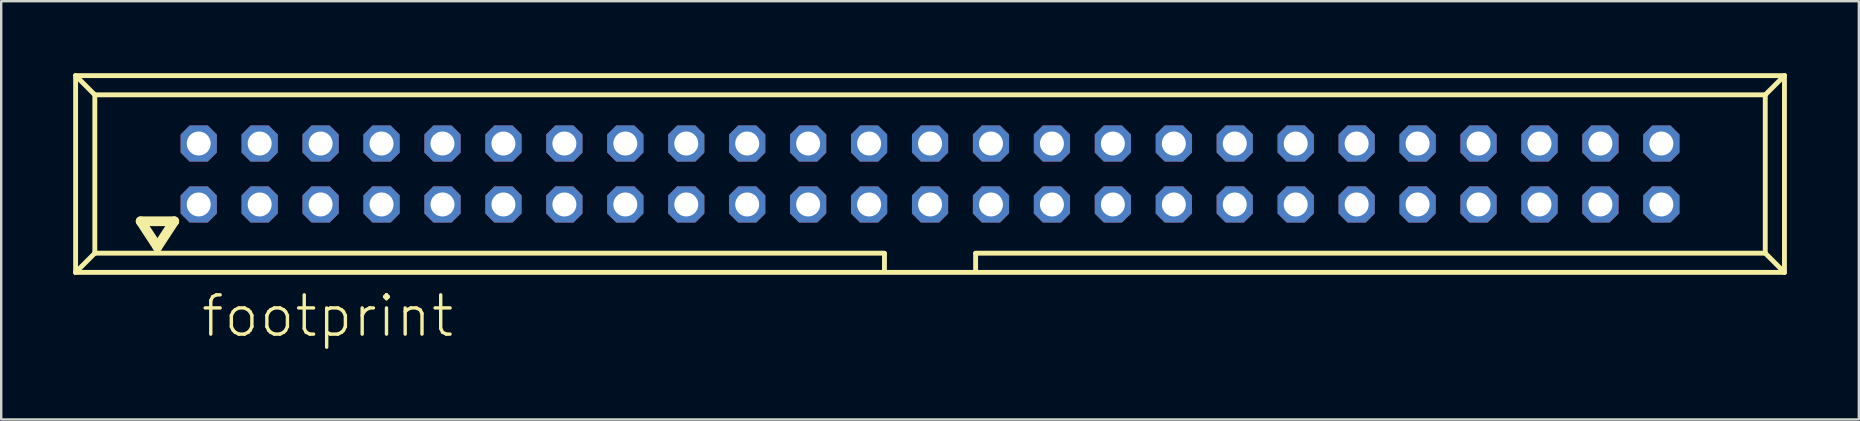
<source format=kicad_pcb>
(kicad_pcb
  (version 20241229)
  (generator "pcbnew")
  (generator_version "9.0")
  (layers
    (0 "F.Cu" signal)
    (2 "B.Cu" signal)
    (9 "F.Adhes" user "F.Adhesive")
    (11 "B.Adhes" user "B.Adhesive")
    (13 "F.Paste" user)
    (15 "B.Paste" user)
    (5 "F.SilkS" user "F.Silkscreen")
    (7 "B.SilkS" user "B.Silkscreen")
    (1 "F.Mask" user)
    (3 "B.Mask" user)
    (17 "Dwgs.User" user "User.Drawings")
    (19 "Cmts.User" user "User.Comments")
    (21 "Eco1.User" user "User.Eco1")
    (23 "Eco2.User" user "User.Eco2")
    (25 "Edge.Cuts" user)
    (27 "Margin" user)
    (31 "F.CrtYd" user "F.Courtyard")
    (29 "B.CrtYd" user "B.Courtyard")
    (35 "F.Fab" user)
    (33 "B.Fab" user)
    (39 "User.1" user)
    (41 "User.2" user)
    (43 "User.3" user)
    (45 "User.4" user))
  (footprint "footprint"
    (layer "F.Cu")
    (at 35.712 4.202)
    (property "Reference" "footprint" (at -30.46 6.88 0) (layer "F.SilkS") (effects (font (size 1.636 1.636) (thickness 0.142)) (justify left bottom)))
    (fp_line (start -35.61 -4.1) (end -34.81 -3.3) (stroke (width 0.203) (type solid)) (layer "F.SilkS"))
    (fp_line (start -35.61 4.1) (end -35.61 -4.1) (stroke (width 0.203) (type solid)) (layer "F.SilkS"))
    (fp_line (start -35.61 4.1) (end -34.81 3.3) (stroke (width 0.203) (type solid)) (layer "F.SilkS"))
    (fp_line (start -35.61 4.1) (end 35.61 4.1) (stroke (width 0.203) (type solid)) (layer "F.SilkS"))
    (fp_line (start -34.81 -3.3) (end 34.81 -3.3) (stroke (width 0.203) (type solid)) (layer "F.SilkS"))
    (fp_line (start -34.81 3.3) (end -34.81 -3.3) (stroke (width 0.203) (type solid)) (layer "F.SilkS"))
    (fp_line (start -32.9 1.97) (end -32.2 3.04) (stroke (width 0.406) (type solid)) (layer "F.SilkS"))
    (fp_line (start -32.2 3.04) (end -31.5 1.97) (stroke (width 0.406) (type solid)) (layer "F.SilkS"))
    (fp_line (start -31.5 1.97) (end -32.9 1.97) (stroke (width 0.406) (type solid)) (layer "F.SilkS"))
    (fp_line (start -1.9 3.3) (end -34.81 3.3) (stroke (width 0.203) (type solid)) (layer "F.SilkS"))
    (fp_line (start -1.9 3.32) (end -1.9 4.03) (stroke (width 0.203) (type solid)) (layer "F.SilkS"))
    (fp_line (start 1.9 3.32) (end 1.9 4.03) (stroke (width 0.203) (type solid)) (layer "F.SilkS"))
    (fp_line (start 34.81 -3.3) (end 34.81 3.3) (stroke (width 0.203) (type solid)) (layer "F.SilkS"))
    (fp_line (start 34.81 3.3) (end 1.9 3.3) (stroke (width 0.203) (type solid)) (layer "F.SilkS"))
    (fp_line (start 34.81 3.3) (end 35.61 4.1) (stroke (width 0.203) (type solid)) (layer "F.SilkS"))
    (fp_line (start 35.61 -4.1) (end -35.61 -4.1) (stroke (width 0.203) (type solid)) (layer "F.SilkS"))
    (fp_line (start 35.61 -4.1) (end 34.81 -3.3) (stroke (width 0.203) (type solid)) (layer "F.SilkS"))
    (fp_line (start 35.61 4.1) (end 35.61 -4.1) (stroke (width 0.203) (type solid)) (layer "F.SilkS"))
    (pad "1" thru_hole roundrect (at -30.48 1.27) (size 1.508 1.508) (drill 1) (layers "*.Cu" "*.Mask") (roundrect_rratio 0.25) (chamfer_ratio 0.25) (chamfer top_left top_right bottom_left bottom_right))
    (pad "2" thru_hole roundrect (at -30.48 -1.27) (size 1.508 1.508) (drill 1) (layers "*.Cu" "*.Mask") (roundrect_rratio 0.25) (chamfer_ratio 0.25) (chamfer top_left top_right bottom_left bottom_right))
    (pad "3" thru_hole roundrect (at -27.94 1.27) (size 1.508 1.508) (drill 1) (layers "*.Cu" "*.Mask") (roundrect_rratio 0.25) (chamfer_ratio 0.25) (chamfer top_left top_right bottom_left bottom_right))
    (pad "4" thru_hole roundrect (at -27.94 -1.27) (size 1.508 1.508) (drill 1) (layers "*.Cu" "*.Mask") (roundrect_rratio 0.25) (chamfer_ratio 0.25) (chamfer top_left top_right bottom_left bottom_right))
    (pad "5" thru_hole roundrect (at -25.4 1.27) (size 1.508 1.508) (drill 1) (layers "*.Cu" "*.Mask") (roundrect_rratio 0.25) (chamfer_ratio 0.25) (chamfer top_left top_right bottom_left bottom_right))
    (pad "6" thru_hole roundrect (at -25.4 -1.27) (size 1.508 1.508) (drill 1) (layers "*.Cu" "*.Mask") (roundrect_rratio 0.25) (chamfer_ratio 0.25) (chamfer top_left top_right bottom_left bottom_right))
    (pad "7" thru_hole roundrect (at -22.86 1.27) (size 1.508 1.508) (drill 1) (layers "*.Cu" "*.Mask") (roundrect_rratio 0.25) (chamfer_ratio 0.25) (chamfer top_left top_right bottom_left bottom_right))
    (pad "8" thru_hole roundrect (at -22.86 -1.27) (size 1.508 1.508) (drill 1) (layers "*.Cu" "*.Mask") (roundrect_rratio 0.25) (chamfer_ratio 0.25) (chamfer top_left top_right bottom_left bottom_right))
    (pad "9" thru_hole roundrect (at -20.32 1.27) (size 1.508 1.508) (drill 1) (layers "*.Cu" "*.Mask") (roundrect_rratio 0.25) (chamfer_ratio 0.25) (chamfer top_left top_right bottom_left bottom_right))
    (pad "10" thru_hole roundrect (at -20.32 -1.27) (size 1.508 1.508) (drill 1) (layers "*.Cu" "*.Mask") (roundrect_rratio 0.25) (chamfer_ratio 0.25) (chamfer top_left top_right bottom_left bottom_right))
    (pad "11" thru_hole roundrect (at -17.78 1.27) (size 1.508 1.508) (drill 1) (layers "*.Cu" "*.Mask") (roundrect_rratio 0.25) (chamfer_ratio 0.25) (chamfer top_left top_right bottom_left bottom_right))
    (pad "12" thru_hole roundrect (at -17.78 -1.27) (size 1.508 1.508) (drill 1) (layers "*.Cu" "*.Mask") (roundrect_rratio 0.25) (chamfer_ratio 0.25) (chamfer top_left top_right bottom_left bottom_right))
    (pad "13" thru_hole roundrect (at -15.24 1.27) (size 1.508 1.508) (drill 1) (layers "*.Cu" "*.Mask") (roundrect_rratio 0.25) (chamfer_ratio 0.25) (chamfer top_left top_right bottom_left bottom_right))
    (pad "14" thru_hole roundrect (at -15.24 -1.27) (size 1.508 1.508) (drill 1) (layers "*.Cu" "*.Mask") (roundrect_rratio 0.25) (chamfer_ratio 0.25) (chamfer top_left top_right bottom_left bottom_right))
    (pad "15" thru_hole roundrect (at -12.7 1.27) (size 1.508 1.508) (drill 1) (layers "*.Cu" "*.Mask") (roundrect_rratio 0.25) (chamfer_ratio 0.25) (chamfer top_left top_right bottom_left bottom_right))
    (pad "16" thru_hole roundrect (at -12.7 -1.27) (size 1.508 1.508) (drill 1) (layers "*.Cu" "*.Mask") (roundrect_rratio 0.25) (chamfer_ratio 0.25) (chamfer top_left top_right bottom_left bottom_right))
    (pad "17" thru_hole roundrect (at -10.16 1.27) (size 1.508 1.508) (drill 1) (layers "*.Cu" "*.Mask") (roundrect_rratio 0.25) (chamfer_ratio 0.25) (chamfer top_left top_right bottom_left bottom_right))
    (pad "18" thru_hole roundrect (at -10.16 -1.27) (size 1.508 1.508) (drill 1) (layers "*.Cu" "*.Mask") (roundrect_rratio 0.25) (chamfer_ratio 0.25) (chamfer top_left top_right bottom_left bottom_right))
    (pad "19" thru_hole roundrect (at -7.62 1.27) (size 1.508 1.508) (drill 1) (layers "*.Cu" "*.Mask") (roundrect_rratio 0.25) (chamfer_ratio 0.25) (chamfer top_left top_right bottom_left bottom_right))
    (pad "20" thru_hole roundrect (at -7.62 -1.27) (size 1.508 1.508) (drill 1) (layers "*.Cu" "*.Mask") (roundrect_rratio 0.25) (chamfer_ratio 0.25) (chamfer top_left top_right bottom_left bottom_right))
    (pad "21" thru_hole roundrect (at -5.08 1.27) (size 1.508 1.508) (drill 1) (layers "*.Cu" "*.Mask") (roundrect_rratio 0.25) (chamfer_ratio 0.25) (chamfer top_left top_right bottom_left bottom_right))
    (pad "22" thru_hole roundrect (at -5.08 -1.27) (size 1.508 1.508) (drill 1) (layers "*.Cu" "*.Mask") (roundrect_rratio 0.25) (chamfer_ratio 0.25) (chamfer top_left top_right bottom_left bottom_right))
    (pad "23" thru_hole roundrect (at -2.54 1.27) (size 1.508 1.508) (drill 1) (layers "*.Cu" "*.Mask") (roundrect_rratio 0.25) (chamfer_ratio 0.25) (chamfer top_left top_right bottom_left bottom_right))
    (pad "24" thru_hole roundrect (at -2.54 -1.27) (size 1.508 1.508) (drill 1) (layers "*.Cu" "*.Mask") (roundrect_rratio 0.25) (chamfer_ratio 0.25) (chamfer top_left top_right bottom_left bottom_right))
    (pad "25" thru_hole roundrect (at 0 1.27) (size 1.508 1.508) (drill 1) (layers "*.Cu" "*.Mask") (roundrect_rratio 0.25) (chamfer_ratio 0.25) (chamfer top_left top_right bottom_left bottom_right))
    (pad "26" thru_hole roundrect (at 0 -1.27) (size 1.508 1.508) (drill 1) (layers "*.Cu" "*.Mask") (roundrect_rratio 0.25) (chamfer_ratio 0.25) (chamfer top_left top_right bottom_left bottom_right))
    (pad "27" thru_hole roundrect (at 2.54 1.27) (size 1.508 1.508) (drill 1) (layers "*.Cu" "*.Mask") (roundrect_rratio 0.25) (chamfer_ratio 0.25) (chamfer top_left top_right bottom_left bottom_right))
    (pad "28" thru_hole roundrect (at 2.54 -1.27) (size 1.508 1.508) (drill 1) (layers "*.Cu" "*.Mask") (roundrect_rratio 0.25) (chamfer_ratio 0.25) (chamfer top_left top_right bottom_left bottom_right))
    (pad "29" thru_hole roundrect (at 5.08 1.27) (size 1.508 1.508) (drill 1) (layers "*.Cu" "*.Mask") (roundrect_rratio 0.25) (chamfer_ratio 0.25) (chamfer top_left top_right bottom_left bottom_right))
    (pad "30" thru_hole roundrect (at 5.08 -1.27) (size 1.508 1.508) (drill 1) (layers "*.Cu" "*.Mask") (roundrect_rratio 0.25) (chamfer_ratio 0.25) (chamfer top_left top_right bottom_left bottom_right))
    (pad "31" thru_hole roundrect (at 7.62 1.27) (size 1.508 1.508) (drill 1) (layers "*.Cu" "*.Mask") (roundrect_rratio 0.25) (chamfer_ratio 0.25) (chamfer top_left top_right bottom_left bottom_right))
    (pad "32" thru_hole roundrect (at 7.62 -1.27) (size 1.508 1.508) (drill 1) (layers "*.Cu" "*.Mask") (roundrect_rratio 0.25) (chamfer_ratio 0.25) (chamfer top_left top_right bottom_left bottom_right))
    (pad "33" thru_hole roundrect (at 10.16 1.27) (size 1.508 1.508) (drill 1) (layers "*.Cu" "*.Mask") (roundrect_rratio 0.25) (chamfer_ratio 0.25) (chamfer top_left top_right bottom_left bottom_right))
    (pad "34" thru_hole roundrect (at 10.16 -1.27) (size 1.508 1.508) (drill 1) (layers "*.Cu" "*.Mask") (roundrect_rratio 0.25) (chamfer_ratio 0.25) (chamfer top_left top_right bottom_left bottom_right))
    (pad "35" thru_hole roundrect (at 12.7 1.27) (size 1.508 1.508) (drill 1) (layers "*.Cu" "*.Mask") (roundrect_rratio 0.25) (chamfer_ratio 0.25) (chamfer top_left top_right bottom_left bottom_right))
    (pad "36" thru_hole roundrect (at 12.7 -1.27) (size 1.508 1.508) (drill 1) (layers "*.Cu" "*.Mask") (roundrect_rratio 0.25) (chamfer_ratio 0.25) (chamfer top_left top_right bottom_left bottom_right))
    (pad "37" thru_hole roundrect (at 15.24 1.27) (size 1.508 1.508) (drill 1) (layers "*.Cu" "*.Mask") (roundrect_rratio 0.25) (chamfer_ratio 0.25) (chamfer top_left top_right bottom_left bottom_right))
    (pad "38" thru_hole roundrect (at 15.24 -1.27) (size 1.508 1.508) (drill 1) (layers "*.Cu" "*.Mask") (roundrect_rratio 0.25) (chamfer_ratio 0.25) (chamfer top_left top_right bottom_left bottom_right))
    (pad "39" thru_hole roundrect (at 17.78 1.27) (size 1.508 1.508) (drill 1) (layers "*.Cu" "*.Mask") (roundrect_rratio 0.25) (chamfer_ratio 0.25) (chamfer top_left top_right bottom_left bottom_right))
    (pad "40" thru_hole roundrect (at 17.78 -1.27) (size 1.508 1.508) (drill 1) (layers "*.Cu" "*.Mask") (roundrect_rratio 0.25) (chamfer_ratio 0.25) (chamfer top_left top_right bottom_left bottom_right))
    (pad "41" thru_hole roundrect (at 20.32 1.27) (size 1.508 1.508) (drill 1) (layers "*.Cu" "*.Mask") (roundrect_rratio 0.25) (chamfer_ratio 0.25) (chamfer top_left top_right bottom_left bottom_right))
    (pad "42" thru_hole roundrect (at 20.32 -1.27) (size 1.508 1.508) (drill 1) (layers "*.Cu" "*.Mask") (roundrect_rratio 0.25) (chamfer_ratio 0.25) (chamfer top_left top_right bottom_left bottom_right))
    (pad "43" thru_hole roundrect (at 22.86 1.27) (size 1.508 1.508) (drill 1) (layers "*.Cu" "*.Mask") (roundrect_rratio 0.25) (chamfer_ratio 0.25) (chamfer top_left top_right bottom_left bottom_right))
    (pad "44" thru_hole roundrect (at 22.86 -1.27) (size 1.508 1.508) (drill 1) (layers "*.Cu" "*.Mask") (roundrect_rratio 0.25) (chamfer_ratio 0.25) (chamfer top_left top_right bottom_left bottom_right))
    (pad "45" thru_hole roundrect (at 25.4 1.27) (size 1.508 1.508) (drill 1) (layers "*.Cu" "*.Mask") (roundrect_rratio 0.25) (chamfer_ratio 0.25) (chamfer top_left top_right bottom_left bottom_right))
    (pad "46" thru_hole roundrect (at 25.4 -1.27) (size 1.508 1.508) (drill 1) (layers "*.Cu" "*.Mask") (roundrect_rratio 0.25) (chamfer_ratio 0.25) (chamfer top_left top_right bottom_left bottom_right))
    (pad "47" thru_hole roundrect (at 27.94 1.27) (size 1.508 1.508) (drill 1) (layers "*.Cu" "*.Mask") (roundrect_rratio 0.25) (chamfer_ratio 0.25) (chamfer top_left top_right bottom_left bottom_right))
    (pad "48" thru_hole roundrect (at 27.94 -1.27) (size 1.508 1.508) (drill 1) (layers "*.Cu" "*.Mask") (roundrect_rratio 0.25) (chamfer_ratio 0.25) (chamfer top_left top_right bottom_left bottom_right))
    (pad "49" thru_hole roundrect (at 30.48 1.27) (size 1.508 1.508) (drill 1) (layers "*.Cu" "*.Mask") (roundrect_rratio 0.25) (chamfer_ratio 0.25) (chamfer top_left top_right bottom_left bottom_right))
    (pad "50" thru_hole roundrect (at 30.48 -1.27) (size 1.508 1.508) (drill 1) (layers "*.Cu" "*.Mask") (roundrect_rratio 0.25) (chamfer_ratio 0.25) (chamfer top_left top_right bottom_left bottom_right)))
  (gr_rect
    (start -3 -3)
    (end 74.423 14.432)
    (stroke (width 0.1) (type default))
    (fill no)
    (layer "Edge.Cuts")))
</source>
